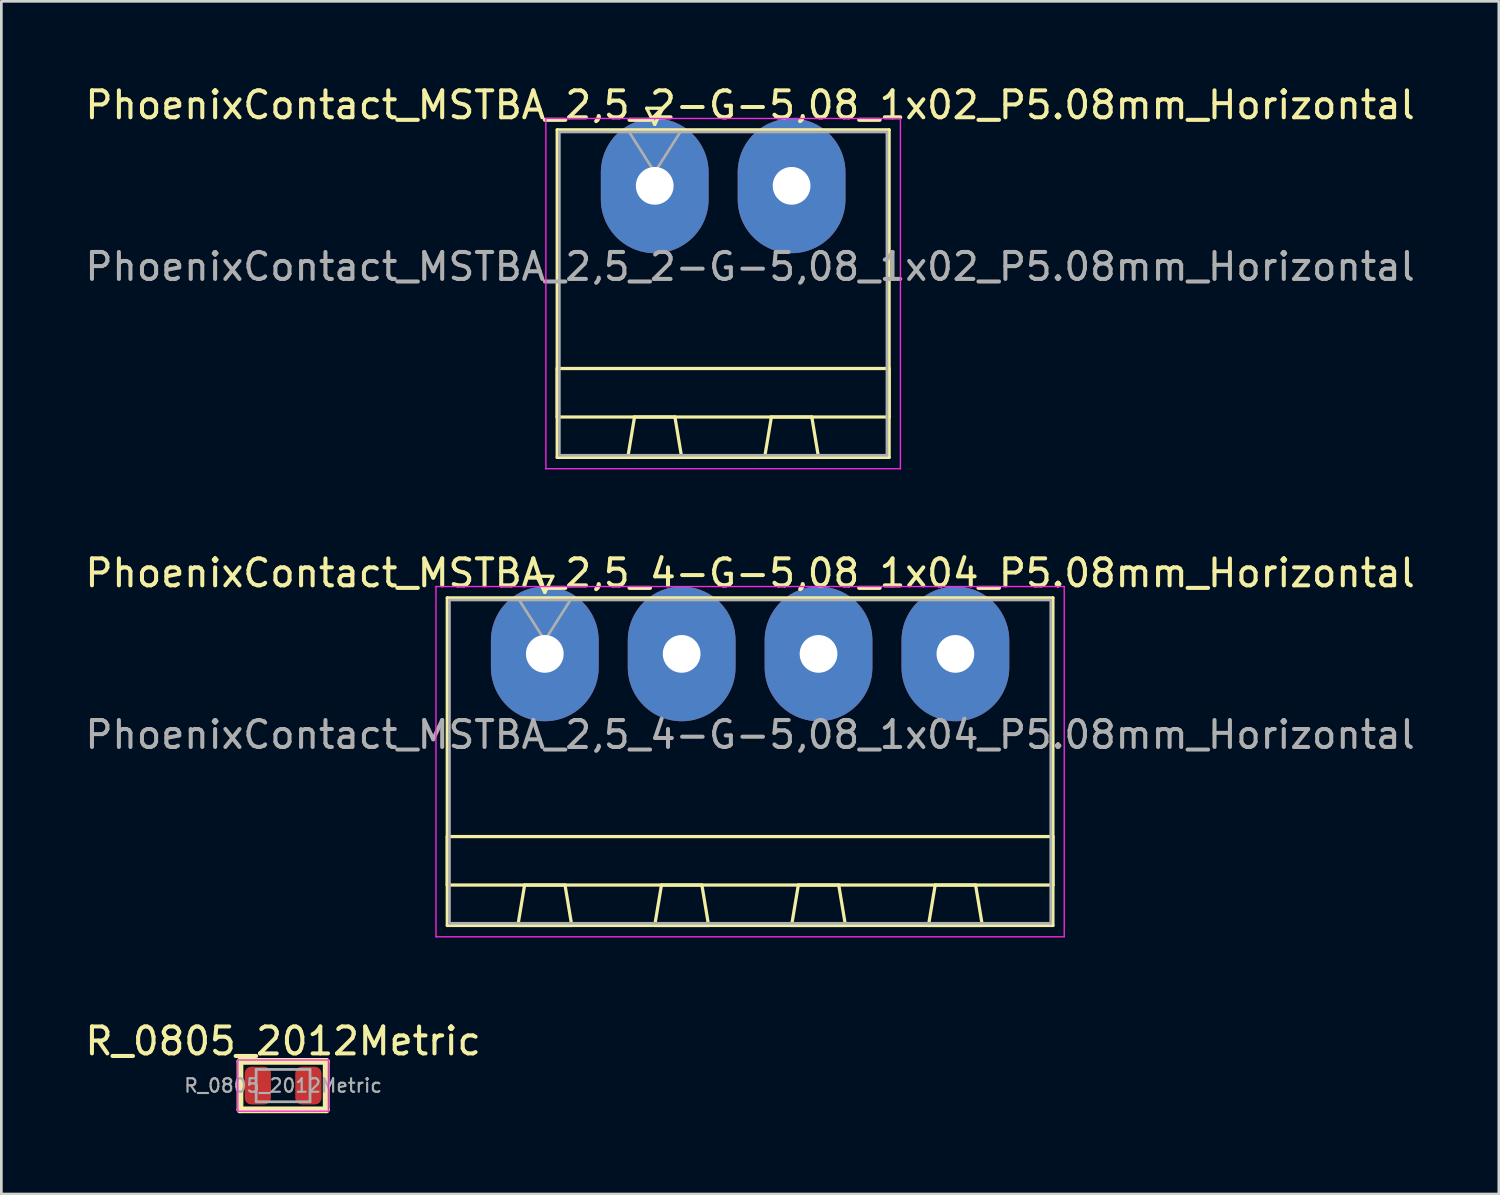
<source format=kicad_pcb>
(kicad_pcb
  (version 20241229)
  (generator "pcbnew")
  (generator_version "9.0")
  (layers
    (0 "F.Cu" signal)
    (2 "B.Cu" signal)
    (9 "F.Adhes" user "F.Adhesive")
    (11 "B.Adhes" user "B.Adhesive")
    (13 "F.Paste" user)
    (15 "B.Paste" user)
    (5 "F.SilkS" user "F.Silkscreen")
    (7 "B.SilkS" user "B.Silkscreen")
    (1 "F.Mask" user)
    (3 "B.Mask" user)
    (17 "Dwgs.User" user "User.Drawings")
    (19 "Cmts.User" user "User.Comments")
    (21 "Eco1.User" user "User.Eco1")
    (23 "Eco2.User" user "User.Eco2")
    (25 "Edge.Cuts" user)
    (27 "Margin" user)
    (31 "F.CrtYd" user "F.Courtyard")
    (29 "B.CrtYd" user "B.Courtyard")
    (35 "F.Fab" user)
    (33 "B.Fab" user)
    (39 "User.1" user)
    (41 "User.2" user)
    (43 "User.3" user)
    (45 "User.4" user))
  (footprint "R_0805_2012Metric"
    (layer "F.Cu")
    (at 7.458 37.245)
    (property "Reference" "R_0805_2012Metric" (at 0 -1.65 0) (layer "F.SilkS") (effects (font (size 1 1) (thickness 0.15))))
    (attr smd)
    (fp_line (start -1.6 -0.9) (end -1.6 0.9) (stroke (width 0.25) (type solid)) (layer "F.SilkS"))
    (fp_line (start -1.6 0.9) (end 1.6 0.9) (stroke (width 0.25) (type solid)) (layer "F.SilkS"))
    (fp_line (start 1.6 -0.9) (end -1.6 -0.9) (stroke (width 0.25) (type solid)) (layer "F.SilkS"))
    (fp_line (start 1.6 0.9) (end 1.6 -0.9) (stroke (width 0.25) (type solid)) (layer "F.SilkS"))
    (fp_line (start -1.68 -0.95) (end 1.68 -0.95) (stroke (width 0.05) (type solid)) (layer "F.CrtYd"))
    (fp_line (start -1.68 0.95) (end -1.68 -0.95) (stroke (width 0.05) (type solid)) (layer "F.CrtYd"))
    (fp_line (start 1.68 -0.95) (end 1.68 0.95) (stroke (width 0.05) (type solid)) (layer "F.CrtYd"))
    (fp_line (start 1.68 0.95) (end -1.68 0.95) (stroke (width 0.05) (type solid)) (layer "F.CrtYd"))
    (fp_line (start -1 -0.6) (end 1 -0.6) (stroke (width 0.1) (type solid)) (layer "F.Fab"))
    (fp_line (start -1 0.6) (end -1 -0.6) (stroke (width 0.1) (type solid)) (layer "F.Fab"))
    (fp_line (start 1 -0.6) (end 1 0.6) (stroke (width 0.1) (type solid)) (layer "F.Fab"))
    (fp_line (start 1 0.6) (end -1 0.6) (stroke (width 0.1) (type solid)) (layer "F.Fab"))
    (fp_text user "${REFERENCE}" (at 0 0 0) (layer "F.Fab") (effects (font (size 0.5 0.5) (thickness 0.08))))
    (pad "1" smd roundrect (at -0.938 0) (size 0.975 1.4) (layers "F.Cu" "F.Mask" "F.Paste") (roundrect_rratio 0.25))
    (pad "2" smd roundrect (at 0.938 0) (size 0.975 1.4) (layers "F.Cu" "F.Mask" "F.Paste") (roundrect_rratio 0.25)))
  (footprint "PhoenixContact_MSTBA_2,5_2-G-5,08_1x02_P5.08mm_Horizontal"
    (layer "F.Cu")
    (at 21.252 3.848)
    (property "Reference" "PhoenixContact_MSTBA_2,5_2-G-5,08_1x02_P5.08mm_Horizontal" (at 3.54 -3 0) (layer "F.SilkS") (effects (font (size 1 1) (thickness 0.15))))
    (attr through_hole)
    (fp_line (start -3.62 -2.08) (end -3.62 10.08) (stroke (width 0.12) (type solid)) (layer "F.SilkS"))
    (fp_line (start -3.62 6.78) (end 8.7 6.78) (stroke (width 0.12) (type solid)) (layer "F.SilkS"))
    (fp_line (start -3.62 8.58) (end -3.62 6.78) (stroke (width 0.12) (type solid)) (layer "F.SilkS"))
    (fp_line (start -3.62 10.08) (end 8.7 10.08) (stroke (width 0.12) (type solid)) (layer "F.SilkS"))
    (fp_line (start -1 10.08) (end 1 10.08) (stroke (width 0.12) (type solid)) (layer "F.SilkS"))
    (fp_line (start -0.75 8.58) (end -1 10.08) (stroke (width 0.12) (type solid)) (layer "F.SilkS"))
    (fp_line (start -0.3 -2.88) (end 0.3 -2.88) (stroke (width 0.12) (type solid)) (layer "F.SilkS"))
    (fp_line (start 0 -2.28) (end -0.3 -2.88) (stroke (width 0.12) (type solid)) (layer "F.SilkS"))
    (fp_line (start 0.3 -2.88) (end 0 -2.28) (stroke (width 0.12) (type solid)) (layer "F.SilkS"))
    (fp_line (start 0.75 8.58) (end -0.75 8.58) (stroke (width 0.12) (type solid)) (layer "F.SilkS"))
    (fp_line (start 1 10.08) (end 0.75 8.58) (stroke (width 0.12) (type solid)) (layer "F.SilkS"))
    (fp_line (start 4.08 10.08) (end 6.08 10.08) (stroke (width 0.12) (type solid)) (layer "F.SilkS"))
    (fp_line (start 4.33 8.58) (end 4.08 10.08) (stroke (width 0.12) (type solid)) (layer "F.SilkS"))
    (fp_line (start 5.83 8.58) (end 4.33 8.58) (stroke (width 0.12) (type solid)) (layer "F.SilkS"))
    (fp_line (start 6.08 10.08) (end 5.83 8.58) (stroke (width 0.12) (type solid)) (layer "F.SilkS"))
    (fp_line (start 8.7 -2.08) (end -3.62 -2.08) (stroke (width 0.12) (type solid)) (layer "F.SilkS"))
    (fp_line (start 8.7 6.78) (end 8.7 8.58) (stroke (width 0.12) (type solid)) (layer "F.SilkS"))
    (fp_line (start 8.7 8.58) (end -3.62 8.58) (stroke (width 0.12) (type solid)) (layer "F.SilkS"))
    (fp_line (start 8.7 10.08) (end 8.7 -2.08) (stroke (width 0.12) (type solid)) (layer "F.SilkS"))
    (fp_line (start -4.04 -2.5) (end -4.04 10.5) (stroke (width 0.05) (type solid)) (layer "F.CrtYd"))
    (fp_line (start -4.04 10.5) (end 9.12 10.5) (stroke (width 0.05) (type solid)) (layer "F.CrtYd"))
    (fp_line (start 9.12 -2.5) (end -4.04 -2.5) (stroke (width 0.05) (type solid)) (layer "F.CrtYd"))
    (fp_line (start 9.12 10.5) (end 9.12 -2.5) (stroke (width 0.05) (type solid)) (layer "F.CrtYd"))
    (fp_line (start -3.54 -2) (end -3.54 10) (stroke (width 0.1) (type solid)) (layer "F.Fab"))
    (fp_line (start -3.54 10) (end 8.62 10) (stroke (width 0.1) (type solid)) (layer "F.Fab"))
    (fp_line (start 0 -0.5) (end -0.95 -2) (stroke (width 0.1) (type solid)) (layer "F.Fab"))
    (fp_line (start 0.95 -2) (end 0 -0.5) (stroke (width 0.1) (type solid)) (layer "F.Fab"))
    (fp_line (start 8.62 -2) (end -3.54 -2) (stroke (width 0.1) (type solid)) (layer "F.Fab"))
    (fp_line (start 8.62 10) (end 8.62 -2) (stroke (width 0.1) (type solid)) (layer "F.Fab"))
    (fp_text user "${REFERENCE}" (at 3.54 3 0) (layer "F.Fab") (effects (font (size 1 1) (thickness 0.15))))
    (pad "1" thru_hole oval (at 0 0) (size 4 5) (drill 1.4) (layers "*.Cu" "*.Mask"))
    (pad "2" thru_hole oval (at 5.08 0) (size 4 5) (drill 1.4) (layers "*.Cu" "*.Mask")))
  (footprint "PhoenixContact_MSTBA_2,5_4-G-5,08_1x04_P5.08mm_Horizontal"
    (layer "F.Cu")
    (at 17.172 21.221)
    (property "Reference" "PhoenixContact_MSTBA_2,5_4-G-5,08_1x04_P5.08mm_Horizontal" (at 7.62 -3 0) (layer "F.SilkS") (effects (font (size 1 1) (thickness 0.15))))
    (attr through_hole)
    (fp_line (start -3.62 -2.08) (end -3.62 10.08) (stroke (width 0.12) (type solid)) (layer "F.SilkS"))
    (fp_line (start -3.62 6.78) (end 18.86 6.78) (stroke (width 0.12) (type solid)) (layer "F.SilkS"))
    (fp_line (start -3.62 8.58) (end -3.62 6.78) (stroke (width 0.12) (type solid)) (layer "F.SilkS"))
    (fp_line (start -3.62 10.08) (end 18.86 10.08) (stroke (width 0.12) (type solid)) (layer "F.SilkS"))
    (fp_line (start -1 10.08) (end 1 10.08) (stroke (width 0.12) (type solid)) (layer "F.SilkS"))
    (fp_line (start -0.75 8.58) (end -1 10.08) (stroke (width 0.12) (type solid)) (layer "F.SilkS"))
    (fp_line (start -0.3 -2.88) (end 0.3 -2.88) (stroke (width 0.12) (type solid)) (layer "F.SilkS"))
    (fp_line (start 0 -2.28) (end -0.3 -2.88) (stroke (width 0.12) (type solid)) (layer "F.SilkS"))
    (fp_line (start 0.3 -2.88) (end 0 -2.28) (stroke (width 0.12) (type solid)) (layer "F.SilkS"))
    (fp_line (start 0.75 8.58) (end -0.75 8.58) (stroke (width 0.12) (type solid)) (layer "F.SilkS"))
    (fp_line (start 1 10.08) (end 0.75 8.58) (stroke (width 0.12) (type solid)) (layer "F.SilkS"))
    (fp_line (start 4.08 10.08) (end 6.08 10.08) (stroke (width 0.12) (type solid)) (layer "F.SilkS"))
    (fp_line (start 4.33 8.58) (end 4.08 10.08) (stroke (width 0.12) (type solid)) (layer "F.SilkS"))
    (fp_line (start 5.83 8.58) (end 4.33 8.58) (stroke (width 0.12) (type solid)) (layer "F.SilkS"))
    (fp_line (start 6.08 10.08) (end 5.83 8.58) (stroke (width 0.12) (type solid)) (layer "F.SilkS"))
    (fp_line (start 9.16 10.08) (end 11.16 10.08) (stroke (width 0.12) (type solid)) (layer "F.SilkS"))
    (fp_line (start 9.41 8.58) (end 9.16 10.08) (stroke (width 0.12) (type solid)) (layer "F.SilkS"))
    (fp_line (start 10.91 8.58) (end 9.41 8.58) (stroke (width 0.12) (type solid)) (layer "F.SilkS"))
    (fp_line (start 11.16 10.08) (end 10.91 8.58) (stroke (width 0.12) (type solid)) (layer "F.SilkS"))
    (fp_line (start 14.24 10.08) (end 16.24 10.08) (stroke (width 0.12) (type solid)) (layer "F.SilkS"))
    (fp_line (start 14.49 8.58) (end 14.24 10.08) (stroke (width 0.12) (type solid)) (layer "F.SilkS"))
    (fp_line (start 15.99 8.58) (end 14.49 8.58) (stroke (width 0.12) (type solid)) (layer "F.SilkS"))
    (fp_line (start 16.24 10.08) (end 15.99 8.58) (stroke (width 0.12) (type solid)) (layer "F.SilkS"))
    (fp_line (start 18.86 -2.08) (end -3.62 -2.08) (stroke (width 0.12) (type solid)) (layer "F.SilkS"))
    (fp_line (start 18.86 6.78) (end 18.86 8.58) (stroke (width 0.12) (type solid)) (layer "F.SilkS"))
    (fp_line (start 18.86 8.58) (end -3.62 8.58) (stroke (width 0.12) (type solid)) (layer "F.SilkS"))
    (fp_line (start 18.86 10.08) (end 18.86 -2.08) (stroke (width 0.12) (type solid)) (layer "F.SilkS"))
    (fp_line (start -4.04 -2.5) (end -4.04 10.5) (stroke (width 0.05) (type solid)) (layer "F.CrtYd"))
    (fp_line (start -4.04 10.5) (end 19.28 10.5) (stroke (width 0.05) (type solid)) (layer "F.CrtYd"))
    (fp_line (start 19.28 -2.5) (end -4.04 -2.5) (stroke (width 0.05) (type solid)) (layer "F.CrtYd"))
    (fp_line (start 19.28 10.5) (end 19.28 -2.5) (stroke (width 0.05) (type solid)) (layer "F.CrtYd"))
    (fp_line (start -3.54 -2) (end -3.54 10) (stroke (width 0.1) (type solid)) (layer "F.Fab"))
    (fp_line (start -3.54 10) (end 18.78 10) (stroke (width 0.1) (type solid)) (layer "F.Fab"))
    (fp_line (start 0 -0.5) (end -0.95 -2) (stroke (width 0.1) (type solid)) (layer "F.Fab"))
    (fp_line (start 0.95 -2) (end 0 -0.5) (stroke (width 0.1) (type solid)) (layer "F.Fab"))
    (fp_line (start 18.78 -2) (end -3.54 -2) (stroke (width 0.1) (type solid)) (layer "F.Fab"))
    (fp_line (start 18.78 10) (end 18.78 -2) (stroke (width 0.1) (type solid)) (layer "F.Fab"))
    (fp_text user "${REFERENCE}" (at 7.62 3 0) (layer "F.Fab") (effects (font (size 1 1) (thickness 0.15))))
    (pad "1" thru_hole oval (at 0 0) (size 4 5) (drill 1.4) (layers "*.Cu" "*.Mask"))
    (pad "2" thru_hole oval (at 5.08 0) (size 4 5) (drill 1.4) (layers "*.Cu" "*.Mask"))
    (pad "3" thru_hole oval (at 10.16 0) (size 4 5) (drill 1.4) (layers "*.Cu" "*.Mask"))
    (pad "4" thru_hole oval (at 15.24 0) (size 4 5) (drill 1.4) (layers "*.Cu" "*.Mask")))
  (gr_rect
    (start -3 -3)
    (end 52.583 41.27)
    (stroke (width 0.1) (type default))
    (fill no)
    (layer "Edge.Cuts")))
</source>
